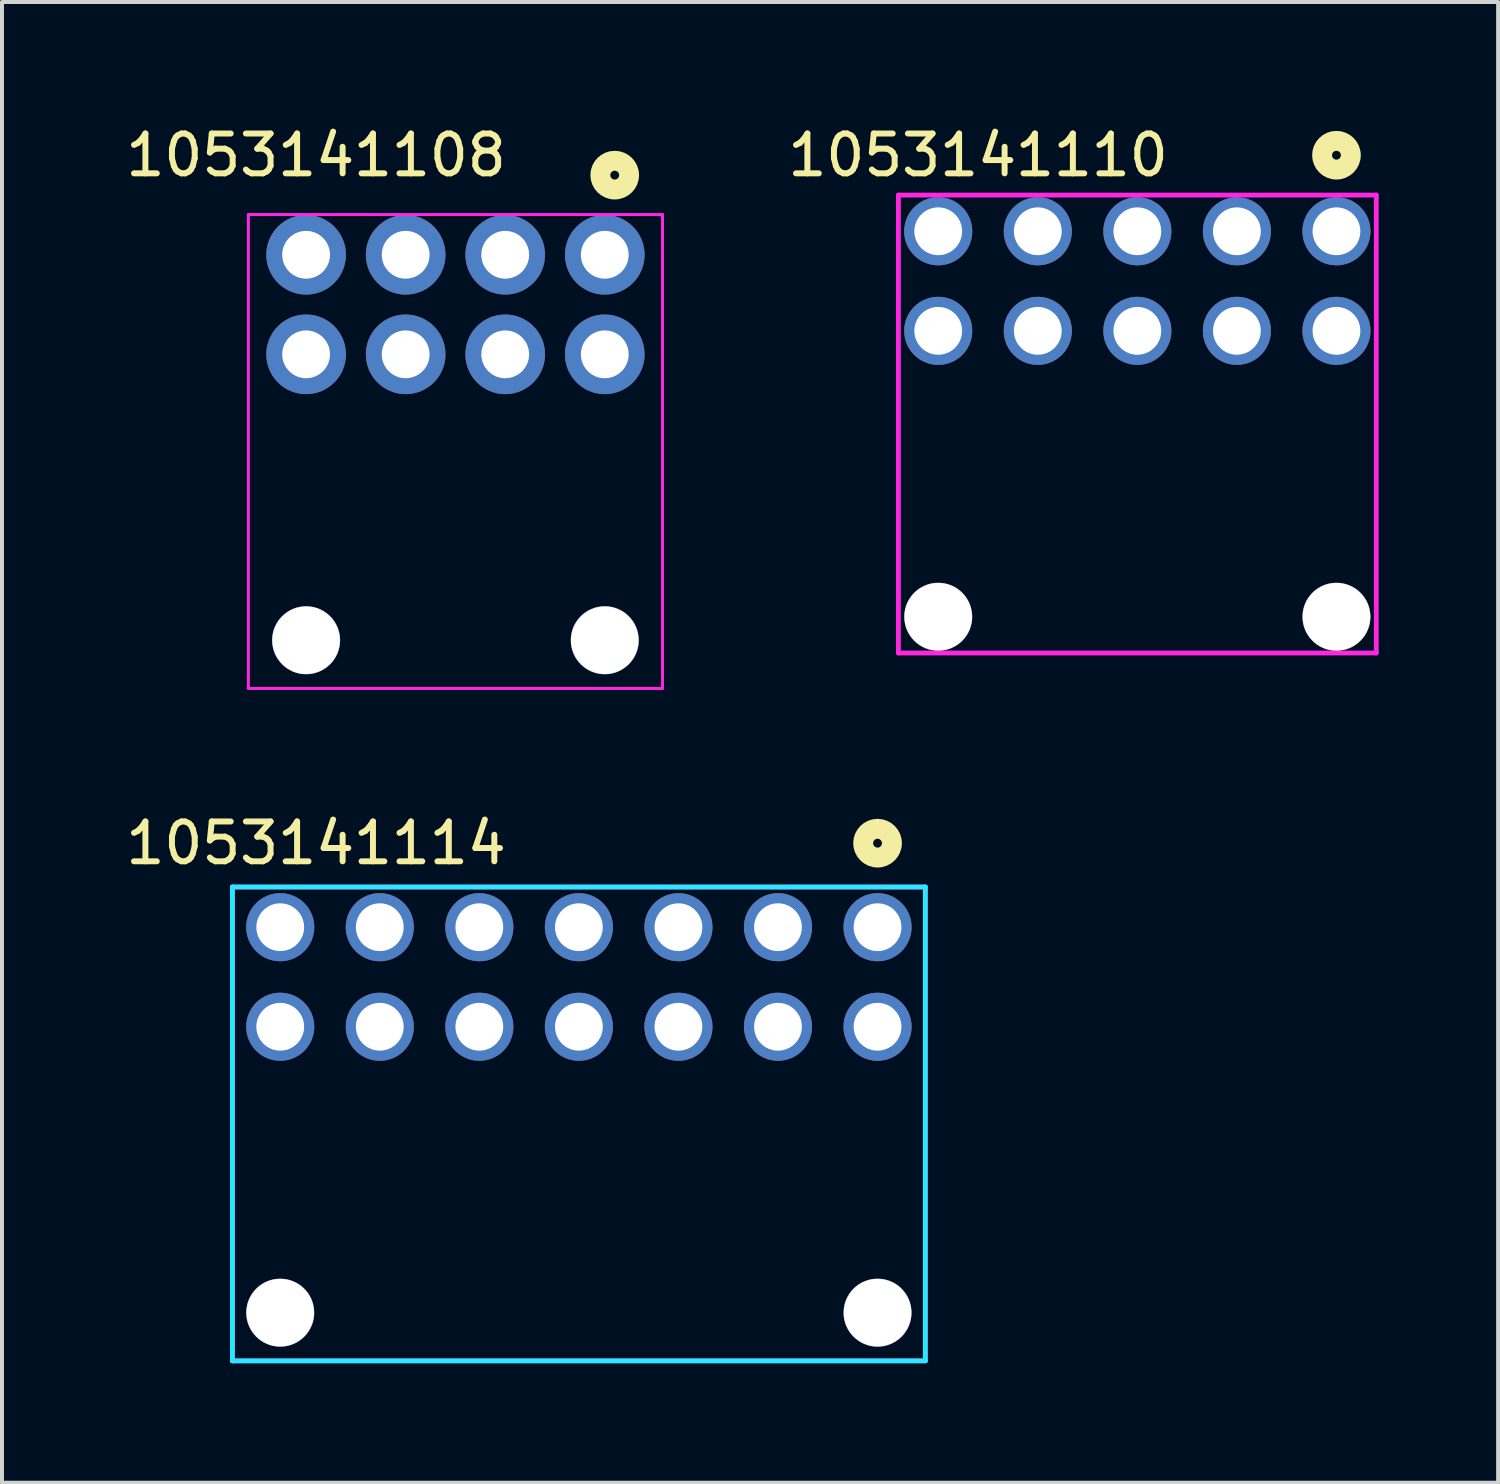
<source format=kicad_pcb>
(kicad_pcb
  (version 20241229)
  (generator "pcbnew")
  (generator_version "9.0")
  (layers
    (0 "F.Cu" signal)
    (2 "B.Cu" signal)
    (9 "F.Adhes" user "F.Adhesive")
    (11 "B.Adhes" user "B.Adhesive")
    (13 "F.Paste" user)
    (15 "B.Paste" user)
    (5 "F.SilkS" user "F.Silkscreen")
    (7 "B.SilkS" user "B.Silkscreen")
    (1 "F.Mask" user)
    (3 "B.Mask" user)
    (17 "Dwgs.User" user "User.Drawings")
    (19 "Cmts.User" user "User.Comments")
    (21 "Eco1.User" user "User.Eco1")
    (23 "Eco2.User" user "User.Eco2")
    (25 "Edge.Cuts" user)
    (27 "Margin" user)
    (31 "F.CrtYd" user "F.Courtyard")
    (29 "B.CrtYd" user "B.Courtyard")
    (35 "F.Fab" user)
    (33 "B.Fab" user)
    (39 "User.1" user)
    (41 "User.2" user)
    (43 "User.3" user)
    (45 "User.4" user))
  (footprint "1053141108"
    (layer "F.Cu")
    (at 8.387 9.438)
    (property "Reference" "1053141108" (at -3.5 -8.59 0) (layer "F.SilkS") (effects (font (size 1 1) (thickness 0.15))))
    (attr through_hole)
    (fp_circle (center 4 -8.09) (end 4.361 -8.09) (stroke (width 0.5) (type solid)) (fill no) (layer "F.SilkS"))
    (fp_line (start -5.2 -7.1) (end -5.2 4.8) (stroke (width 0.075) (type solid)) (layer "F.CrtYd"))
    (fp_line (start -5.2 4.8) (end 5.2 4.8) (stroke (width 0.075) (type solid)) (layer "F.CrtYd"))
    (fp_line (start 5.2 -7.1) (end -5.2 -7.1) (stroke (width 0.075) (type solid)) (layer "F.CrtYd"))
    (fp_line (start 5.2 4.8) (end 5.2 -7.1) (stroke (width 0.075) (type solid)) (layer "F.CrtYd"))
    (pad "" np_thru_hole circle (at -3.75 3.59) (size 1.71 1.71) (drill 1.7) (layers "*.Cu" "*.Mask"))
    (pad "" np_thru_hole circle (at 3.75 3.59) (size 1.71 1.71) (drill 1.7) (layers "*.Cu" "*.Mask"))
    (pad "1" thru_hole circle (at 3.75 -6.09) (size 2 2) (drill 1.2) (layers "*.Cu" "*.Mask"))
    (pad "2" thru_hole circle (at 1.25 -6.09) (size 2 2) (drill 1.2) (layers "*.Cu" "*.Mask"))
    (pad "3" thru_hole circle (at -1.25 -6.09 90) (size 2 2) (drill 1.2) (layers "*.Cu" "*.Mask"))
    (pad "4" thru_hole circle (at -3.75 -6.09) (size 2 2) (drill 1.2) (layers "*.Cu" "*.Mask"))
    (pad "5" thru_hole circle (at 3.75 -3.59) (size 2 2) (drill 1.2) (layers "*.Cu" "*.Mask"))
    (pad "6" thru_hole circle (at 1.25 -3.59) (size 2 2) (drill 1.2) (layers "*.Cu" "*.Mask"))
    (pad "7" thru_hole circle (at -1.25 -3.59) (size 2 2) (drill 1.2) (layers "*.Cu" "*.Mask"))
    (pad "8" thru_hole circle (at -3.75 -3.59) (size 2 2) (drill 1.2) (layers "*.Cu" "*.Mask")))
  (footprint "1053141114"
    (layer "F.Cu")
    (at 11.487 26.324)
    (property "Reference" "1053141114" (at -6.6 -8.2 0) (layer "F.SilkS") (effects (font (size 1 1) (thickness 0.15))))
    (attr through_hole)
    (fp_circle (center 7.5 -8.2) (end 7.861 -8.2) (stroke (width 0.5) (type solid)) (fill no) (layer "F.SilkS"))
    (fp_line (start -8.7 -7.1) (end 8.7 -7.1) (stroke (width 0.12) (type solid)) (layer "B.CrtYd"))
    (fp_line (start -8.7 4.8) (end -8.7 -7.1) (stroke (width 0.12) (type solid)) (layer "B.CrtYd"))
    (fp_line (start 8.7 -7.1) (end 8.7 4.8) (stroke (width 0.12) (type solid)) (layer "B.CrtYd"))
    (fp_line (start 8.7 4.8) (end -8.7 4.8) (stroke (width 0.12) (type solid)) (layer "B.CrtYd"))
    (fp_line (start -8.7 -7.1) (end -8.7 4.8) (stroke (width 0.12) (type solid)) (layer "F.CrtYd"))
    (fp_line (start -8.7 4.8) (end 8.7 4.8) (stroke (width 0.12) (type solid)) (layer "F.CrtYd"))
    (fp_line (start 8.7 -7.1) (end -8.7 -7.1) (stroke (width 0.12) (type solid)) (layer "F.CrtYd"))
    (fp_line (start 8.7 4.8) (end 8.7 -7.1) (stroke (width 0.12) (type solid)) (layer "F.CrtYd"))
    (pad "" np_thru_hole circle (at -7.5 3.59) (size 1.71 1.71) (drill 1.7) (layers "*.Cu" "*.Mask"))
    (pad "" np_thru_hole circle (at 7.5 3.59) (size 1.71 1.71) (drill 1.7) (layers "*.Cu" "*.Mask"))
    (pad "1" thru_hole circle (at 7.5 -6.09) (size 1.71 1.71) (drill 1.2) (layers "*.Cu" "*.Mask"))
    (pad "2" thru_hole circle (at 5 -6.09) (size 1.71 1.71) (drill 1.2) (layers "*.Cu" "*.Mask"))
    (pad "3" thru_hole circle (at 2.5 -6.09 90) (size 1.71 1.71) (drill 1.2) (layers "*.Cu" "*.Mask"))
    (pad "4" thru_hole circle (at 0 -6.09) (size 1.71 1.71) (drill 1.2) (layers "*.Cu" "*.Mask"))
    (pad "5" thru_hole circle (at -2.5 -6.09) (size 1.71 1.71) (drill 1.2) (layers "*.Cu" "*.Mask"))
    (pad "6" thru_hole circle (at -5 -6.09) (size 1.71 1.71) (drill 1.2) (layers "*.Cu" "*.Mask"))
    (pad "7" thru_hole circle (at -7.5 -6.09) (size 1.71 1.71) (drill 1.2) (layers "*.Cu" "*.Mask"))
    (pad "8" thru_hole circle (at 7.5 -3.59) (size 1.71 1.71) (drill 1.2) (layers "*.Cu" "*.Mask"))
    (pad "9" thru_hole circle (at 5 -3.59) (size 1.71 1.71) (drill 1.2) (layers "*.Cu" "*.Mask"))
    (pad "10" thru_hole circle (at 2.5 -3.59) (size 1.71 1.71) (drill 1.2) (layers "*.Cu" "*.Mask"))
    (pad "11" thru_hole circle (at 0 -3.59) (size 1.71 1.71) (drill 1.2) (layers "*.Cu" "*.Mask"))
    (pad "12" thru_hole circle (at -2.5 -3.59) (size 1.71 1.71) (drill 1.2) (layers "*.Cu" "*.Mask"))
    (pad "13" thru_hole circle (at -5 -3.59) (size 1.71 1.71) (drill 1.2) (layers "*.Cu" "*.Mask"))
    (pad "14" thru_hole circle (at -7.5 -3.59) (size 1.71 1.71) (drill 1.2) (layers "*.Cu" "*.Mask")))
  (footprint "1053141110"
    (layer "F.Cu")
    (at 25.511 8.848)
    (property "Reference" "1053141110" (at -4 -8 0) (layer "F.SilkS") (effects (font (size 1 1) (thickness 0.15))))
    (attr through_hole)
    (fp_circle (center 5 -8) (end 5.361 -8) (stroke (width 0.5) (type solid)) (fill no) (layer "F.SilkS"))
    (fp_line (start -6 -7) (end 6 -7) (stroke (width 0.12) (type solid)) (layer "F.CrtYd"))
    (fp_line (start -6 4.5) (end -6 -7) (stroke (width 0.12) (type solid)) (layer "F.CrtYd"))
    (fp_line (start 6 -7) (end 6 4.5) (stroke (width 0.12) (type solid)) (layer "F.CrtYd"))
    (fp_line (start 6 4.5) (end -6 4.5) (stroke (width 0.12) (type solid)) (layer "F.CrtYd"))
    (pad "" np_thru_hole circle (at -5 3.59) (size 1.71 1.71) (drill 1.7) (layers "*.Cu" "*.Mask"))
    (pad "" np_thru_hole circle (at 5 3.59) (size 1.71 1.71) (drill 1.7) (layers "*.Cu" "*.Mask"))
    (pad "1" thru_hole circle (at 5 -6.09) (size 1.71 1.71) (drill 1.2) (layers "*.Cu" "*.Mask"))
    (pad "2" thru_hole circle (at 2.5 -6.09 90) (size 1.71 1.71) (drill 1.2) (layers "*.Cu" "*.Mask"))
    (pad "3" thru_hole circle (at 0 -6.09) (size 1.71 1.71) (drill 1.2) (layers "*.Cu" "*.Mask"))
    (pad "4" thru_hole circle (at -2.5 -6.09) (size 1.71 1.71) (drill 1.2) (layers "*.Cu" "*.Mask"))
    (pad "5" thru_hole circle (at -5 -6.09) (size 1.71 1.71) (drill 1.2) (layers "*.Cu" "*.Mask"))
    (pad "6" thru_hole circle (at 5 -3.59) (size 1.71 1.71) (drill 1.2) (layers "*.Cu" "*.Mask"))
    (pad "7" thru_hole circle (at 2.5 -3.59) (size 1.71 1.71) (drill 1.2) (layers "*.Cu" "*.Mask"))
    (pad "8" thru_hole circle (at 0 -3.59) (size 1.71 1.71) (drill 1.2) (layers "*.Cu" "*.Mask"))
    (pad "9" thru_hole circle (at -2.5 -3.59) (size 1.71 1.71) (drill 1.2) (layers "*.Cu" "*.Mask"))
    (pad "10" thru_hole circle (at -5 -3.59) (size 1.71 1.71) (drill 1.2) (layers "*.Cu" "*.Mask")))
  (gr_rect
    (start -3 -3)
    (end 34.571 34.184)
    (stroke (width 0.1) (type default))
    (fill no)
    (layer "Edge.Cuts")))
</source>
